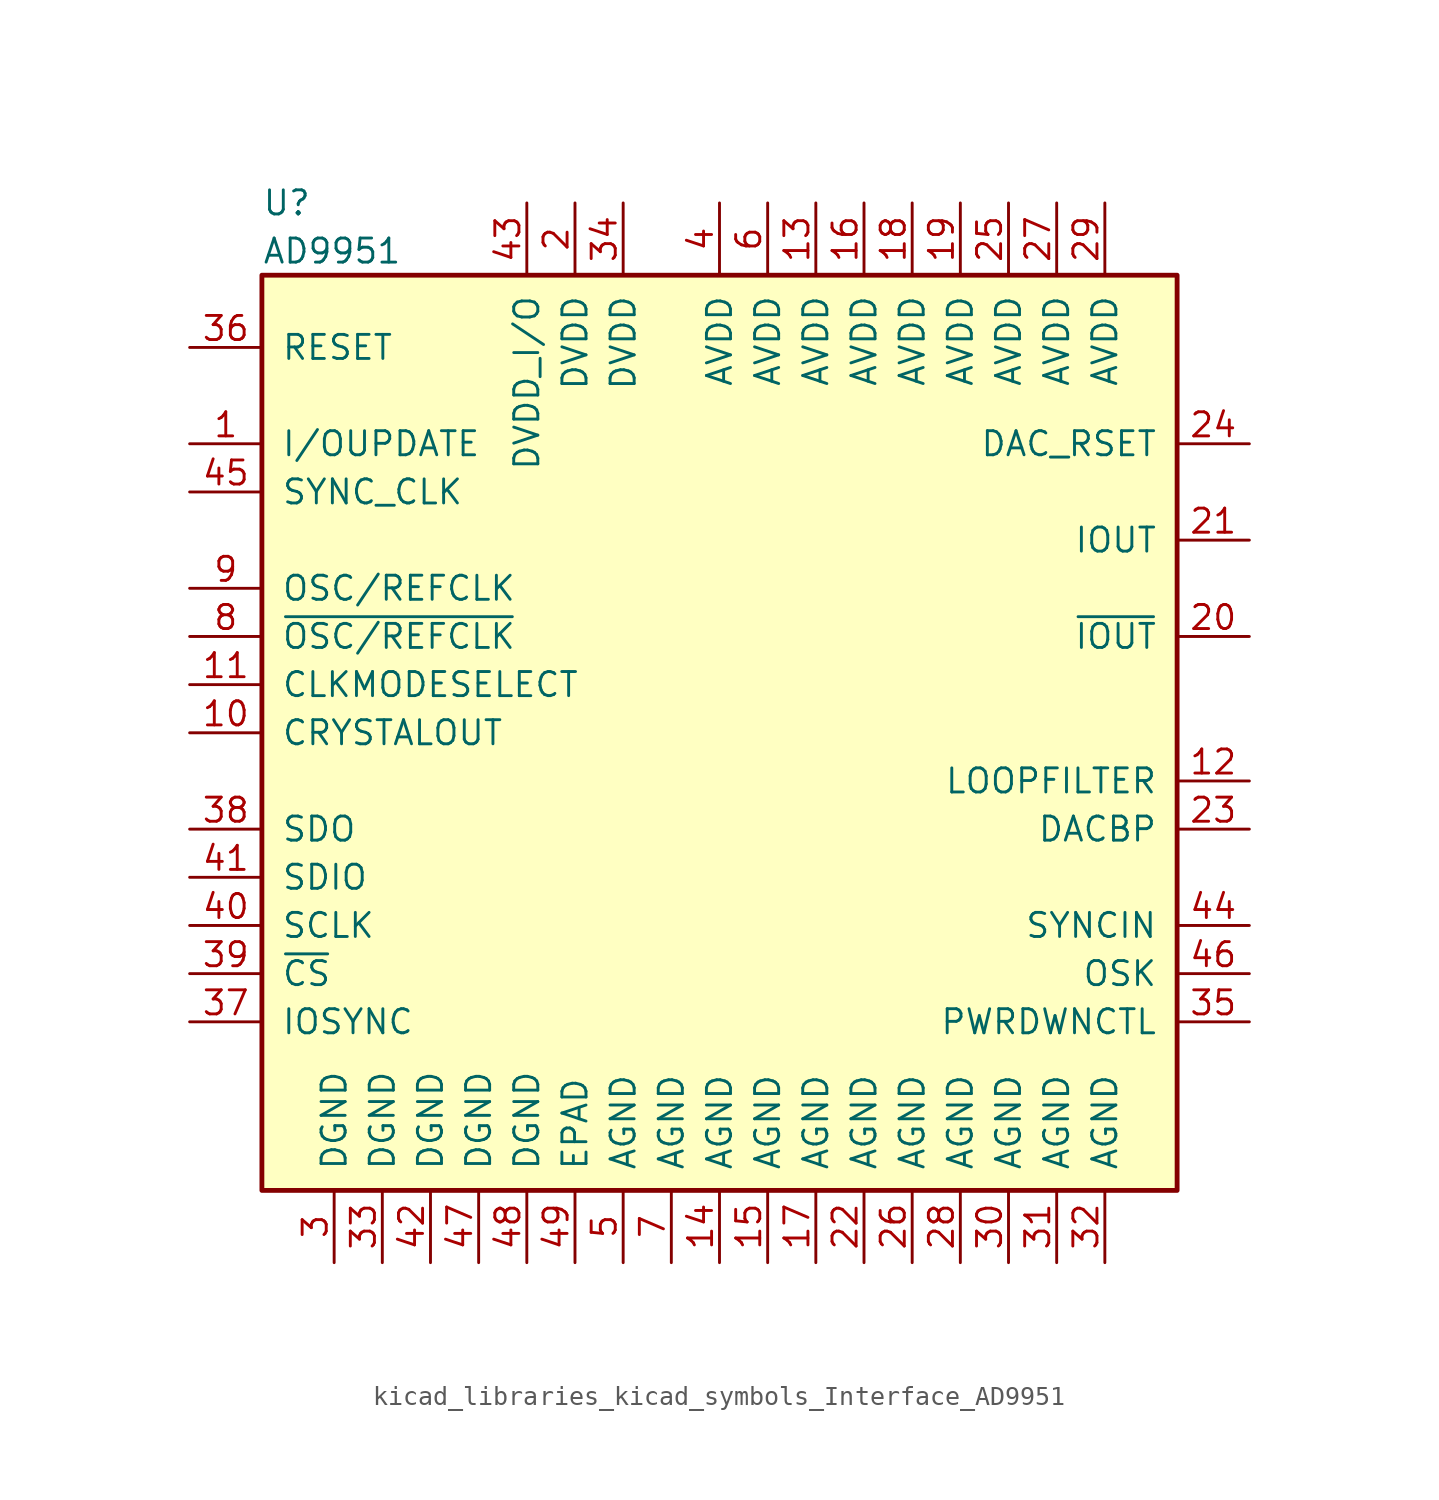
<source format=kicad_sym>
(kicad_symbol_lib
  (version 20220914)
  (generator kicad_symbol_editor)
  (symbol "kicad_libraries_kicad_symbols_Interface_AD9951"
    (pin_names
      (offset 1.016))
    (property "Reference" "U"
      (at -24.13 27.94 0)
      (effects (font (size 1.27 1.27)) (justify left)))
    (property "Value" "AD9951"
      (at -24.13 25.4 0)
      (effects (font (size 1.27 1.27)) (justify left)))
    (symbol "kicad_libraries_kicad_symbols_Interface_AD9951_0_1"
      (rectangle (start -24.13 24.13) (end 24.13 -24.13) (stroke (width 0.254) (type default)) (fill (type background))))
    (symbol "kicad_libraries_kicad_symbols_Interface_AD9951_1_1"
      (pin bidirectional line (at -27.94 15.24 0) (length 3.81) (name "I/OUPDATE" (effects (font (size 1.27 1.27)))) (number "1" (effects (font (size 1.27 1.27)))))
      (pin output line (at -27.94 0 0) (length 3.81) (name "CRYSTALOUT" (effects (font (size 1.27 1.27)))) (number "10" (effects (font (size 1.27 1.27)))))
      (pin input line (at -27.94 2.54 0) (length 3.81) (name "CLKMODESELECT" (effects (font (size 1.27 1.27)))) (number "11" (effects (font (size 1.27 1.27)))))
      (pin input line (at 27.94 -2.54 180) (length 3.81) (name "LOOPFILTER" (effects (font (size 1.27 1.27)))) (number "12" (effects (font (size 1.27 1.27)))))
      (pin power_in line (at 5.08 27.94 270) (length 3.81) (name "AVDD" (effects (font (size 1.27 1.27)))) (number "13" (effects (font (size 1.27 1.27)))))
      (pin power_in line (at 0 -27.94 90) (length 3.81) (name "AGND" (effects (font (size 1.27 1.27)))) (number "14" (effects (font (size 1.27 1.27)))))
      (pin power_in line (at 2.54 -27.94 90) (length 3.81) (name "AGND" (effects (font (size 1.27 1.27)))) (number "15" (effects (font (size 1.27 1.27)))))
      (pin power_in line (at 7.62 27.94 270) (length 3.81) (name "AVDD" (effects (font (size 1.27 1.27)))) (number "16" (effects (font (size 1.27 1.27)))))
      (pin power_in line (at 5.08 -27.94 90) (length 3.81) (name "AGND" (effects (font (size 1.27 1.27)))) (number "17" (effects (font (size 1.27 1.27)))))
      (pin power_in line (at 10.16 27.94 270) (length 3.81) (name "AVDD" (effects (font (size 1.27 1.27)))) (number "18" (effects (font (size 1.27 1.27)))))
      (pin power_in line (at 12.7 27.94 270) (length 3.81) (name "AVDD" (effects (font (size 1.27 1.27)))) (number "19" (effects (font (size 1.27 1.27)))))
      (pin power_in line (at -7.62 27.94 270) (length 3.81) (name "DVDD" (effects (font (size 1.27 1.27)))) (number "2" (effects (font (size 1.27 1.27)))))
      (pin output line (at 27.94 5.08 180) (length 3.81) (name "~{IOUT}" (effects (font (size 1.27 1.27)))) (number "20" (effects (font (size 1.27 1.27)))))
      (pin output line (at 27.94 10.16 180) (length 3.81) (name "IOUT" (effects (font (size 1.27 1.27)))) (number "21" (effects (font (size 1.27 1.27)))))
      (pin power_in line (at 7.62 -27.94 90) (length 3.81) (name "AGND" (effects (font (size 1.27 1.27)))) (number "22" (effects (font (size 1.27 1.27)))))
      (pin input line (at 27.94 -5.08 180) (length 3.81) (name "DACBP" (effects (font (size 1.27 1.27)))) (number "23" (effects (font (size 1.27 1.27)))))
      (pin input line (at 27.94 15.24 180) (length 3.81) (name "DAC_RSET" (effects (font (size 1.27 1.27)))) (number "24" (effects (font (size 1.27 1.27)))))
      (pin power_in line (at 15.24 27.94 270) (length 3.81) (name "AVDD" (effects (font (size 1.27 1.27)))) (number "25" (effects (font (size 1.27 1.27)))))
      (pin power_in line (at 10.16 -27.94 90) (length 3.81) (name "AGND" (effects (font (size 1.27 1.27)))) (number "26" (effects (font (size 1.27 1.27)))))
      (pin power_in line (at 17.78 27.94 270) (length 3.81) (name "AVDD" (effects (font (size 1.27 1.27)))) (number "27" (effects (font (size 1.27 1.27)))))
      (pin power_in line (at 12.7 -27.94 90) (length 3.81) (name "AGND" (effects (font (size 1.27 1.27)))) (number "28" (effects (font (size 1.27 1.27)))))
      (pin power_in line (at 20.32 27.94 270) (length 3.81) (name "AVDD" (effects (font (size 1.27 1.27)))) (number "29" (effects (font (size 1.27 1.27)))))
      (pin power_in line (at -20.32 -27.94 90) (length 3.81) (name "DGND" (effects (font (size 1.27 1.27)))) (number "3" (effects (font (size 1.27 1.27)))))
      (pin power_in line (at 15.24 -27.94 90) (length 3.81) (name "AGND" (effects (font (size 1.27 1.27)))) (number "30" (effects (font (size 1.27 1.27)))))
      (pin power_in line (at 17.78 -27.94 90) (length 3.81) (name "AGND" (effects (font (size 1.27 1.27)))) (number "31" (effects (font (size 1.27 1.27)))))
      (pin power_in line (at 20.32 -27.94 90) (length 3.81) (name "AGND" (effects (font (size 1.27 1.27)))) (number "32" (effects (font (size 1.27 1.27)))))
      (pin power_in line (at -17.78 -27.94 90) (length 3.81) (name "DGND" (effects (font (size 1.27 1.27)))) (number "33" (effects (font (size 1.27 1.27)))))
      (pin power_in line (at -5.08 27.94 270) (length 3.81) (name "DVDD" (effects (font (size 1.27 1.27)))) (number "34" (effects (font (size 1.27 1.27)))))
      (pin input line (at 27.94 -15.24 180) (length 3.81) (name "PWRDWNCTL" (effects (font (size 1.27 1.27)))) (number "35" (effects (font (size 1.27 1.27)))))
      (pin input line (at -27.94 20.32 0) (length 3.81) (name "RESET" (effects (font (size 1.27 1.27)))) (number "36" (effects (font (size 1.27 1.27)))))
      (pin output line (at -27.94 -15.24 0) (length 3.81) (name "IOSYNC" (effects (font (size 1.27 1.27)))) (number "37" (effects (font (size 1.27 1.27)))))
      (pin output line (at -27.94 -5.08 0) (length 3.81) (name "SDO" (effects (font (size 1.27 1.27)))) (number "38" (effects (font (size 1.27 1.27)))))
      (pin input line (at -27.94 -12.7 0) (length 3.81) (name "~{CS}" (effects (font (size 1.27 1.27)))) (number "39" (effects (font (size 1.27 1.27)))))
      (pin power_in line (at 0 27.94 270) (length 3.81) (name "AVDD" (effects (font (size 1.27 1.27)))) (number "4" (effects (font (size 1.27 1.27)))))
      (pin input line (at -27.94 -10.16 0) (length 3.81) (name "SCLK" (effects (font (size 1.27 1.27)))) (number "40" (effects (font (size 1.27 1.27)))))
      (pin bidirectional line (at -27.94 -7.62 0) (length 3.81) (name "SDIO" (effects (font (size 1.27 1.27)))) (number "41" (effects (font (size 1.27 1.27)))))
      (pin power_in line (at -15.24 -27.94 90) (length 3.81) (name "DGND" (effects (font (size 1.27 1.27)))) (number "42" (effects (font (size 1.27 1.27)))))
      (pin power_in line (at -10.16 27.94 270) (length 3.81) (name "DVDD_I/O" (effects (font (size 1.27 1.27)))) (number "43" (effects (font (size 1.27 1.27)))))
      (pin power_in line (at 27.94 -10.16 180) (length 3.81) (name "SYNCIN" (effects (font (size 1.27 1.27)))) (number "44" (effects (font (size 1.27 1.27)))))
      (pin output line (at -27.94 12.7 0) (length 3.81) (name "SYNC_CLK" (effects (font (size 1.27 1.27)))) (number "45" (effects (font (size 1.27 1.27)))))
      (pin output line (at 27.94 -12.7 180) (length 3.81) (name "OSK" (effects (font (size 1.27 1.27)))) (number "46" (effects (font (size 1.27 1.27)))))
      (pin power_in line (at -12.7 -27.94 90) (length 3.81) (name "DGND" (effects (font (size 1.27 1.27)))) (number "47" (effects (font (size 1.27 1.27)))))
      (pin power_in line (at -10.16 -27.94 90) (length 3.81) (name "DGND" (effects (font (size 1.27 1.27)))) (number "48" (effects (font (size 1.27 1.27)))))
      (pin power_in line (at -7.62 -27.94 90) (length 3.81) (name "EPAD" (effects (font (size 1.27 1.27)))) (number "49" (effects (font (size 1.27 1.27)))))
      (pin power_in line (at -5.08 -27.94 90) (length 3.81) (name "AGND" (effects (font (size 1.27 1.27)))) (number "5" (effects (font (size 1.27 1.27)))))
      (pin power_in line (at 2.54 27.94 270) (length 3.81) (name "AVDD" (effects (font (size 1.27 1.27)))) (number "6" (effects (font (size 1.27 1.27)))))
      (pin power_in line (at -2.54 -27.94 90) (length 3.81) (name "AGND" (effects (font (size 1.27 1.27)))) (number "7" (effects (font (size 1.27 1.27)))))
      (pin input line (at -27.94 5.08 0) (length 3.81) (name "~{OSC/REFCLK}" (effects (font (size 1.27 1.27)))) (number "8" (effects (font (size 1.27 1.27)))))
      (pin input line (at -27.94 7.62 0) (length 3.81) (name "OSC/REFCLK" (effects (font (size 1.27 1.27)))) (number "9" (effects (font (size 1.27 1.27))))))))
</source>
